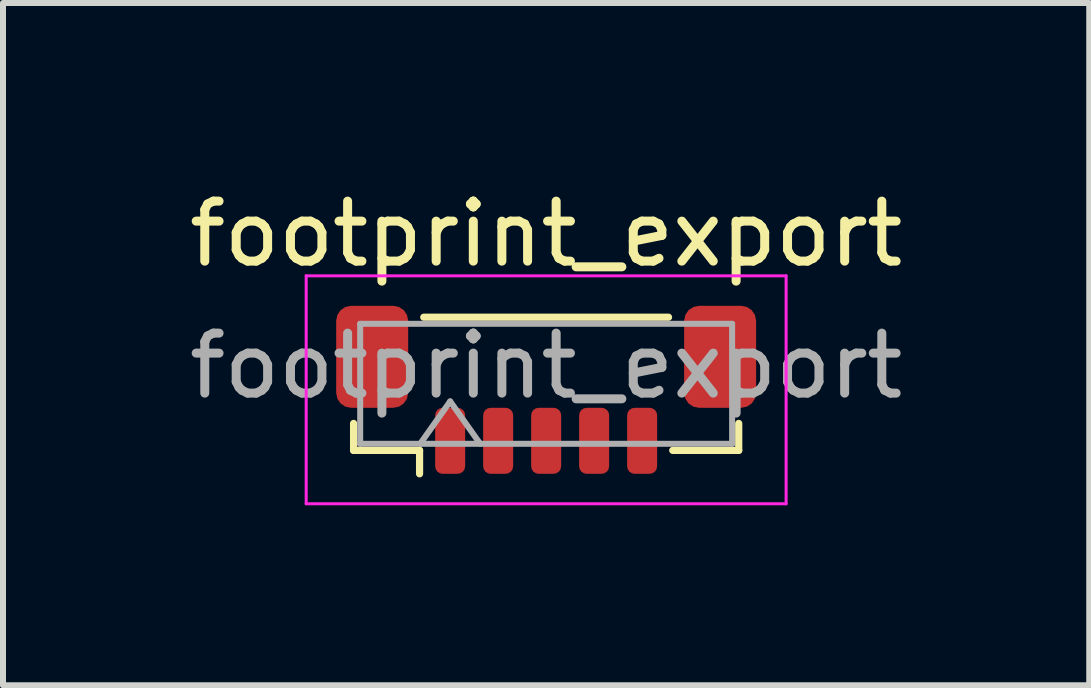
<source format=kicad_pcb>
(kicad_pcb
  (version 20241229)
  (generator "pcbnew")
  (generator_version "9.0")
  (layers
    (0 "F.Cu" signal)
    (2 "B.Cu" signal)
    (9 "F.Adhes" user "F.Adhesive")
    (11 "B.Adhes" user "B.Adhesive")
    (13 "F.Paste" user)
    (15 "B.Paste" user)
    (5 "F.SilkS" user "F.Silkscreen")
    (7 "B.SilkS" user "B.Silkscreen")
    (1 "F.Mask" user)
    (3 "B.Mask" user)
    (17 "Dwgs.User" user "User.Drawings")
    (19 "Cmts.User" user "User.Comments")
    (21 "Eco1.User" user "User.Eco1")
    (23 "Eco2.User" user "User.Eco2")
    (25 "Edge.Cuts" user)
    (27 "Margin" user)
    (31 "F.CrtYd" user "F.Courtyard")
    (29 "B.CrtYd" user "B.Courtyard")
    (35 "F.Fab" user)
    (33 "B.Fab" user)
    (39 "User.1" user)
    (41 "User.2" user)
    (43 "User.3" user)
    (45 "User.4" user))
  (footprint "footprint_export"
    (layer "F.Cu")
    (at 6.054 3.448)
    (property "Reference" "footprint_export" (at 0 -2.6 0) (layer "F.SilkS") (effects (font (size 1 1) (thickness 0.15))))
    (attr smd)
    (fp_line (start -3.21 0.56) (end -3.21 1.01) (stroke (width 0.12) (type solid)) (layer "F.SilkS"))
    (fp_line (start -3.21 1.01) (end -2.11 1.01) (stroke (width 0.12) (type solid)) (layer "F.SilkS"))
    (fp_line (start -2.11 1.01) (end -2.11 1.4) (stroke (width 0.12) (type solid)) (layer "F.SilkS"))
    (fp_line (start -2.04 -1.21) (end 2.04 -1.21) (stroke (width 0.12) (type solid)) (layer "F.SilkS"))
    (fp_line (start 3.21 0.56) (end 3.21 1.01) (stroke (width 0.12) (type solid)) (layer "F.SilkS"))
    (fp_line (start 3.21 1.01) (end 2.11 1.01) (stroke (width 0.12) (type solid)) (layer "F.SilkS"))
    (fp_line (start -4 -1.9) (end -4 1.9) (stroke (width 0.05) (type solid)) (layer "F.CrtYd"))
    (fp_line (start -4 1.9) (end 4 1.9) (stroke (width 0.05) (type solid)) (layer "F.CrtYd"))
    (fp_line (start 4 -1.9) (end -4 -1.9) (stroke (width 0.05) (type solid)) (layer "F.CrtYd"))
    (fp_line (start 4 1.9) (end 4 -1.9) (stroke (width 0.05) (type solid)) (layer "F.CrtYd"))
    (fp_line (start -3.1 -1.1) (end 3.1 -1.1) (stroke (width 0.1) (type solid)) (layer "F.Fab"))
    (fp_line (start -3.1 0.9) (end -3.1 -1.1) (stroke (width 0.1) (type solid)) (layer "F.Fab"))
    (fp_line (start -3.1 0.9) (end 3.1 0.9) (stroke (width 0.1) (type solid)) (layer "F.Fab"))
    (fp_line (start -2.1 0.9) (end -1.6 0.193) (stroke (width 0.1) (type solid)) (layer "F.Fab"))
    (fp_line (start -1.6 0.193) (end -1.1 0.9) (stroke (width 0.1) (type solid)) (layer "F.Fab"))
    (fp_line (start 3.1 0.9) (end 3.1 -1.1) (stroke (width 0.1) (type solid)) (layer "F.Fab"))
    (fp_text user "${REFERENCE}" (at 0 -0.4 0) (layer "F.Fab") (effects (font (size 1 1) (thickness 0.15))))
    (pad "1" smd roundrect (at -1.6 0.85) (size 0.5 1.1) (layers "F.Cu" "F.Mask" "F.Paste") (roundrect_rratio 0.25))
    (pad "2" smd roundrect (at -0.8 0.85) (size 0.5 1.1) (layers "F.Cu" "F.Mask" "F.Paste") (roundrect_rratio 0.25))
    (pad "3" smd roundrect (at 0 0.85) (size 0.5 1.1) (layers "F.Cu" "F.Mask" "F.Paste") (roundrect_rratio 0.25))
    (pad "4" smd roundrect (at 0.8 0.85) (size 0.5 1.1) (layers "F.Cu" "F.Mask" "F.Paste") (roundrect_rratio 0.25))
    (pad "5" smd roundrect (at 1.6 0.85) (size 0.5 1.1) (layers "F.Cu" "F.Mask" "F.Paste") (roundrect_rratio 0.25))
    (pad "MP" smd roundrect (at -2.9 -0.55) (size 1.2 1.7) (layers "F.Cu" "F.Mask" "F.Paste") (roundrect_rratio 0.208))
    (pad "MP" smd roundrect (at 2.9 -0.55) (size 1.2 1.7) (layers "F.Cu" "F.Mask" "F.Paste") (roundrect_rratio 0.208)))
  (gr_rect
    (start -3 -3)
    (end 15.107 8.373)
    (stroke (width 0.1) (type default))
    (fill no)
    (layer "Edge.Cuts")))
</source>
